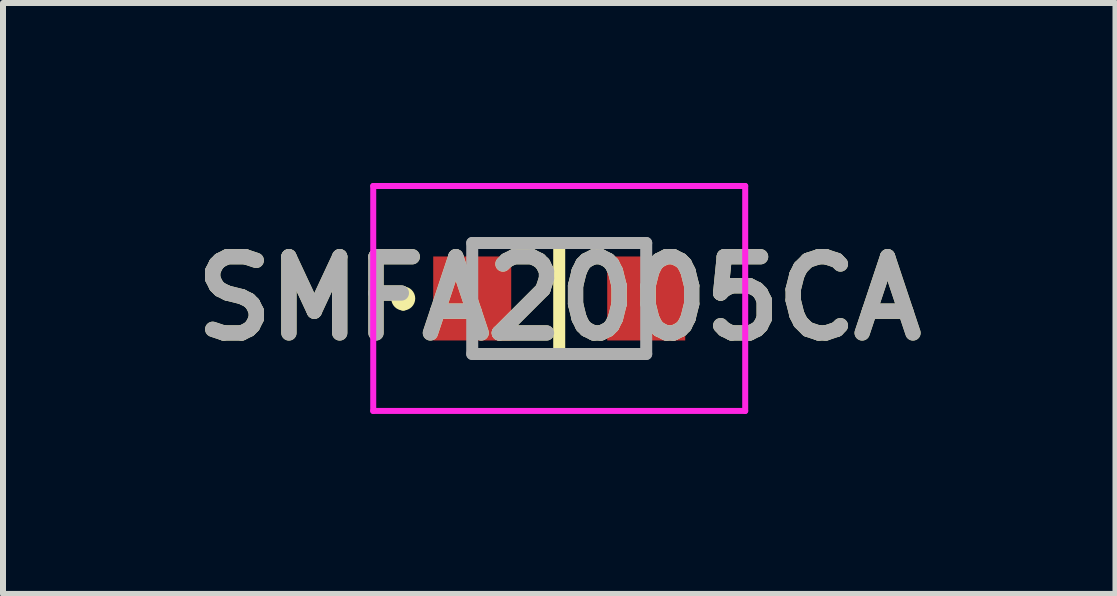
<source format=kicad_pcb>
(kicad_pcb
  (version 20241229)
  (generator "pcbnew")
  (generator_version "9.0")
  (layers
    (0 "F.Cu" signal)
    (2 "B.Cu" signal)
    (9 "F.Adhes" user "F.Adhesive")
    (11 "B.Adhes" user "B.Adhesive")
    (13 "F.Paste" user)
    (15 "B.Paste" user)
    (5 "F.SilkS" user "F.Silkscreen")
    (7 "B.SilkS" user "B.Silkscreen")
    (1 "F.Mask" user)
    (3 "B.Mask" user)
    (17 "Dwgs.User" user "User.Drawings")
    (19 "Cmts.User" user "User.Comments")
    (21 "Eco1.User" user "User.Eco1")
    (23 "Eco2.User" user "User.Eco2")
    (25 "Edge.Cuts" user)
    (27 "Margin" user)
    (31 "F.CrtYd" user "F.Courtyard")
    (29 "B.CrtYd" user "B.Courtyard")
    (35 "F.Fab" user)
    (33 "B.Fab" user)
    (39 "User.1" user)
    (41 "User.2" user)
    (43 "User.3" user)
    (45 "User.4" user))
  (footprint "SMFA2005CA"
    (layer "F.Cu")
    (at 6.271 1.925)
    (property "Reference" "SMFA2005CA" (at 0 0 0) (layer "F.SilkS") (effects (font (size 1.27 1.27) (thickness 0.254))))
    (attr smd)
    (fp_line (start -2.6 -0.1) (end -2.6 -0.1) (stroke (width 0.2) (type solid)) (layer "F.SilkS"))
    (fp_line (start -2.6 0.1) (end -2.6 0.1) (stroke (width 0.2) (type solid)) (layer "F.SilkS"))
    (fp_line (start 0 -0.925) (end 0 0.925) (stroke (width 0.2) (type solid)) (layer "F.SilkS"))
    (fp_arc (start -2.6 -0.1) (mid -2.5 0) (end -2.6 0.1) (stroke (width 0.2) (type solid)) (layer "F.SilkS"))
    (fp_arc (start -2.6 0.1) (mid -2.7 0) (end -2.6 -0.1) (stroke (width 0.2) (type solid)) (layer "F.SilkS"))
    (fp_line (start -3.1 -1.875) (end 3.1 -1.875) (stroke (width 0.1) (type solid)) (layer "F.CrtYd"))
    (fp_line (start -3.1 1.875) (end -3.1 -1.875) (stroke (width 0.1) (type solid)) (layer "F.CrtYd"))
    (fp_line (start 3.1 -1.875) (end 3.1 1.875) (stroke (width 0.1) (type solid)) (layer "F.CrtYd"))
    (fp_line (start 3.1 1.875) (end -3.1 1.875) (stroke (width 0.1) (type solid)) (layer "F.CrtYd"))
    (fp_line (start -1.45 -0.925) (end -1.45 0.925) (stroke (width 0.2) (type solid)) (layer "F.Fab"))
    (fp_line (start -1.45 0.925) (end 1.45 0.925) (stroke (width 0.2) (type solid)) (layer "F.Fab"))
    (fp_line (start 1.45 -0.925) (end -1.45 -0.925) (stroke (width 0.2) (type solid)) (layer "F.Fab"))
    (fp_line (start 1.45 0.925) (end 1.45 -0.925) (stroke (width 0.2) (type solid)) (layer "F.Fab"))
    (fp_text user "${REFERENCE}" (at 0 0 0) (layer "F.Fab") (effects (font (size 1.27 1.27) (thickness 0.254))))
    (pad "1" smd rect (at -1.45 0) (size 1.3 1.4) (layers "F.Cu" "F.Mask" "F.Paste"))
    (pad "2" smd rect (at 1.45 0) (size 1.3 1.4) (layers "F.Cu" "F.Mask" "F.Paste")))
  (gr_rect
    (start -3 -3)
    (end 15.543 6.85)
    (stroke (width 0.1) (type default))
    (fill no)
    (layer "Edge.Cuts")))
</source>
